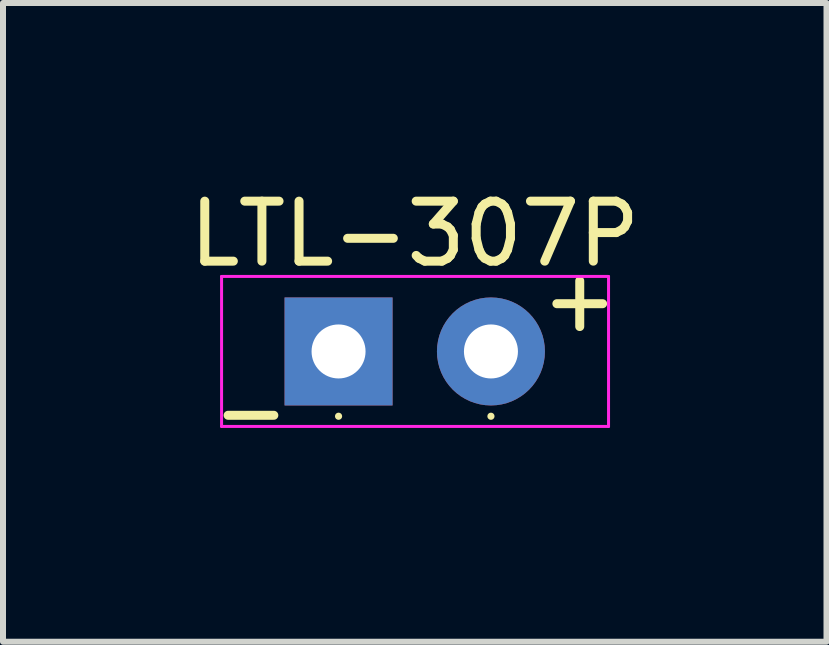
<source format=kicad_pcb>
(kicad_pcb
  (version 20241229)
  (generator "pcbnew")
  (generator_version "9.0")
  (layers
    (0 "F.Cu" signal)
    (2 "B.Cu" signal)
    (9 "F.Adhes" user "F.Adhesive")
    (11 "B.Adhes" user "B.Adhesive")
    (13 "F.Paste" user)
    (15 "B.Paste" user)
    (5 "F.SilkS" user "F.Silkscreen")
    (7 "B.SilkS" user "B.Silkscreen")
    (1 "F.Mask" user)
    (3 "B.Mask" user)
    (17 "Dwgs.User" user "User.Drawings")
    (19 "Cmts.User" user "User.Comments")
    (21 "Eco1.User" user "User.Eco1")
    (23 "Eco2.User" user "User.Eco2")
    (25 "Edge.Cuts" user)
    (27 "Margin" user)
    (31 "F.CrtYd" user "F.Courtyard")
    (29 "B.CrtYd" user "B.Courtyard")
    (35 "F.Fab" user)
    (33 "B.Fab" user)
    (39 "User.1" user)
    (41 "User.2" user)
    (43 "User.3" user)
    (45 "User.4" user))
  (footprint "LTL-307P"
    (layer "F.Cu")
    (at 2.593 2.808)
    (property "Reference" "LTL-307P" (at 1.27 -1.96 0) (layer "F.SilkS") (effects (font (size 1 1) (thickness 0.15))))
    (attr through_hole)
    (fp_line (start 0 1.08) (end 0 1.08) (stroke (width 0.12) (type solid)) (layer "F.SilkS"))
    (fp_line (start 2.54 1.08) (end 2.54 1.08) (stroke (width 0.12) (type solid)) (layer "F.SilkS"))
    (fp_line (start -1.95 -1.25) (end -1.95 1.25) (stroke (width 0.05) (type solid)) (layer "F.CrtYd"))
    (fp_line (start -1.95 1.25) (end 4.5 1.25) (stroke (width 0.05) (type solid)) (layer "F.CrtYd"))
    (fp_line (start 4.5 -1.25) (end -1.95 -1.25) (stroke (width 0.05) (type solid)) (layer "F.CrtYd"))
    (fp_line (start 4.5 1.25) (end 4.5 -1.25) (stroke (width 0.05) (type solid)) (layer "F.CrtYd"))
    (fp_line (start 0 0) (end 0 0) (stroke (width 0.1) (type solid)) (layer "F.Fab"))
    (fp_line (start 2.54 0) (end 2.54 0) (stroke (width 0.1) (type solid)) (layer "F.Fab"))
    (fp_text user "-" (at -1.46 0.99 0) (layer "F.SilkS") (effects (font (size 1 1) (thickness 0.15))))
    (fp_text user "+" (at 4.02 -0.87 0) (layer "F.SilkS") (effects (font (size 1 1) (thickness 0.15))))
    (pad "1" thru_hole rect (at 0 0) (size 1.8 1.8) (drill 0.9) (layers "*.Cu" "*.Mask"))
    (pad "2" thru_hole circle (at 2.54 0) (size 1.8 1.8) (drill 0.9) (layers "*.Cu" "*.Mask")))
  (gr_rect
    (start -3 -3)
    (end 10.726 7.646)
    (stroke (width 0.1) (type default))
    (fill no)
    (layer "Edge.Cuts")))
</source>
